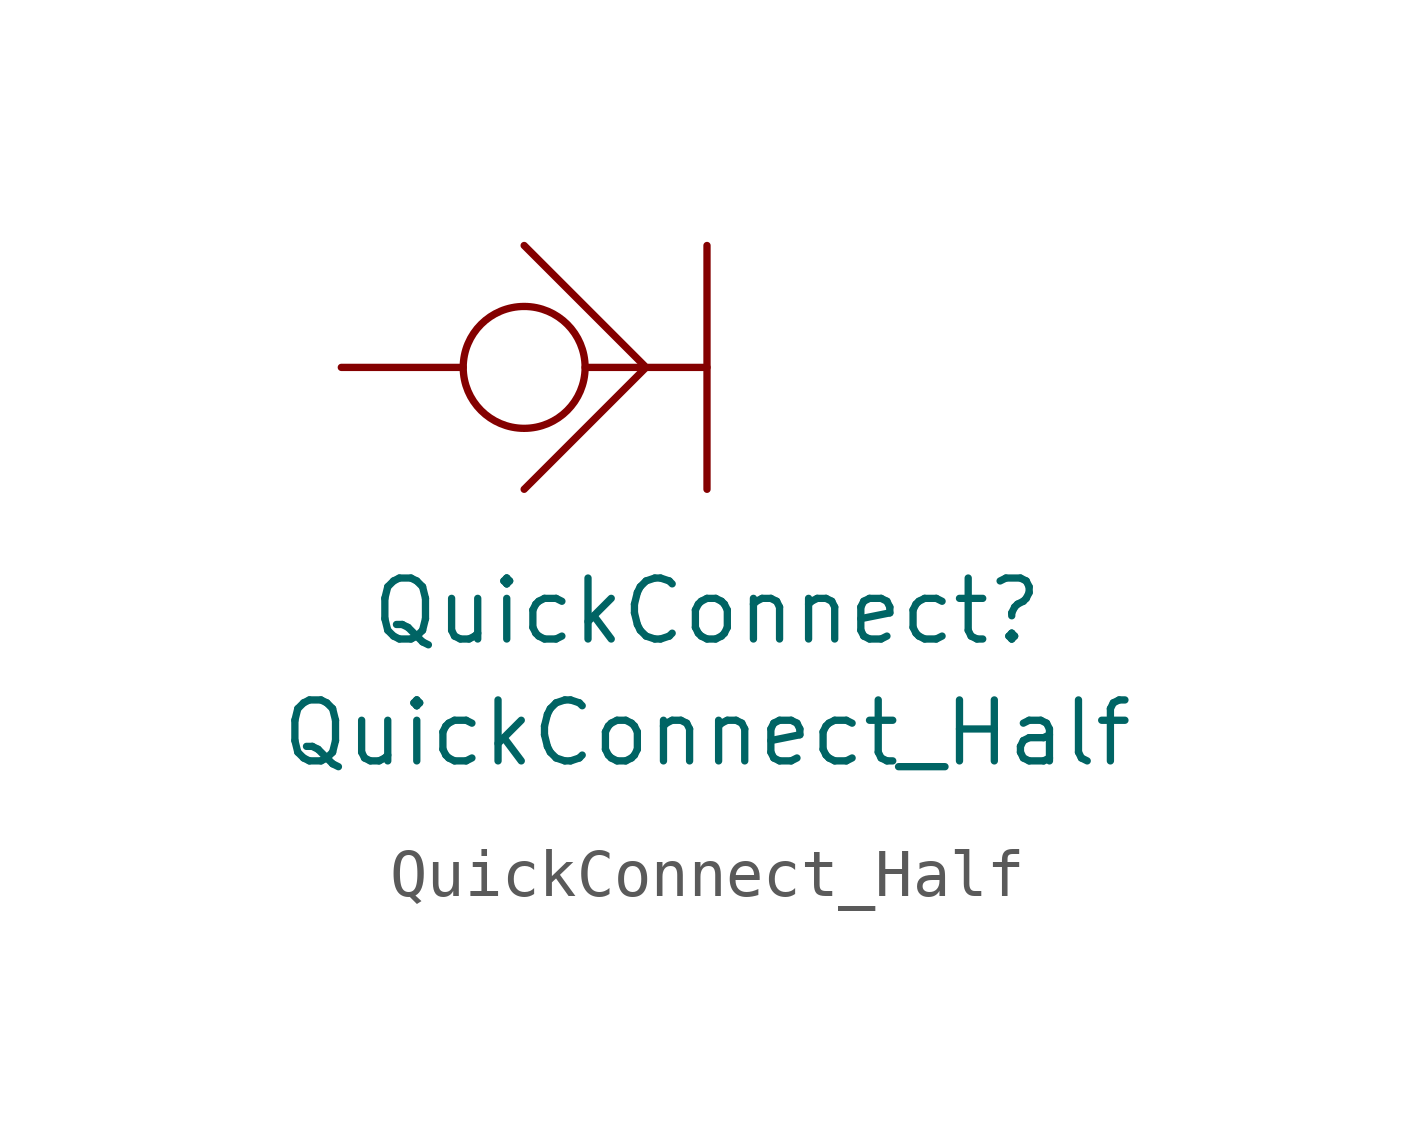
<source format=kicad_sym>
(kicad_symbol_lib
  (version 20211014)
  (generator kicad_symbol_editor)
  (symbol "QuickConnect_Half"
    (pin_numbers hide)
    (pin_names
      (offset 1.016))
    (property "Reference" "QuickConnect"
      (at 0 -5.08 0)
      (effects (font (size 1.27 1.27))))
    (property "Value" "QuickConnect_Half"
      (at 0 -7.62 0)
      (effects (font (size 1.27 1.27))))
    (symbol "QuickConnect_Half_0_0"
      (circle (center -3.81 0) (radius 1.27) (stroke (width 0) (type default) (color 0 0 0 0)) (fill (type none)))
      (polyline (pts (xy -1.27 0) (xy -3.81 -2.54)) (stroke (width 0) (type default) (color 0 0 0 0)) (fill (type none)))
      (polyline (pts (xy -1.27 0) (xy -2.54 0)) (stroke (width 0) (type default) (color 0 0 0 0)) (fill (type none)))
      (polyline (pts (xy 0 2.54) (xy 0 -2.54)) (stroke (width 0) (type default) (color 0 0 0 0)) (fill (type none)))
      (polyline (pts (xy 0 0) (xy -1.27 0) (xy -3.81 2.54)) (stroke (width 0) (type default) (color 0 0 0 0)) (fill (type none))))
    (symbol "QuickConnect_Half_1_1"
      (pin bidirectional line (at -7.62 0 0) (length 2.54) (name "~" (effects (font (size 1.27 1.27)))) (number "~" (effects (font (size 1.27 1.27))))))))
</source>
